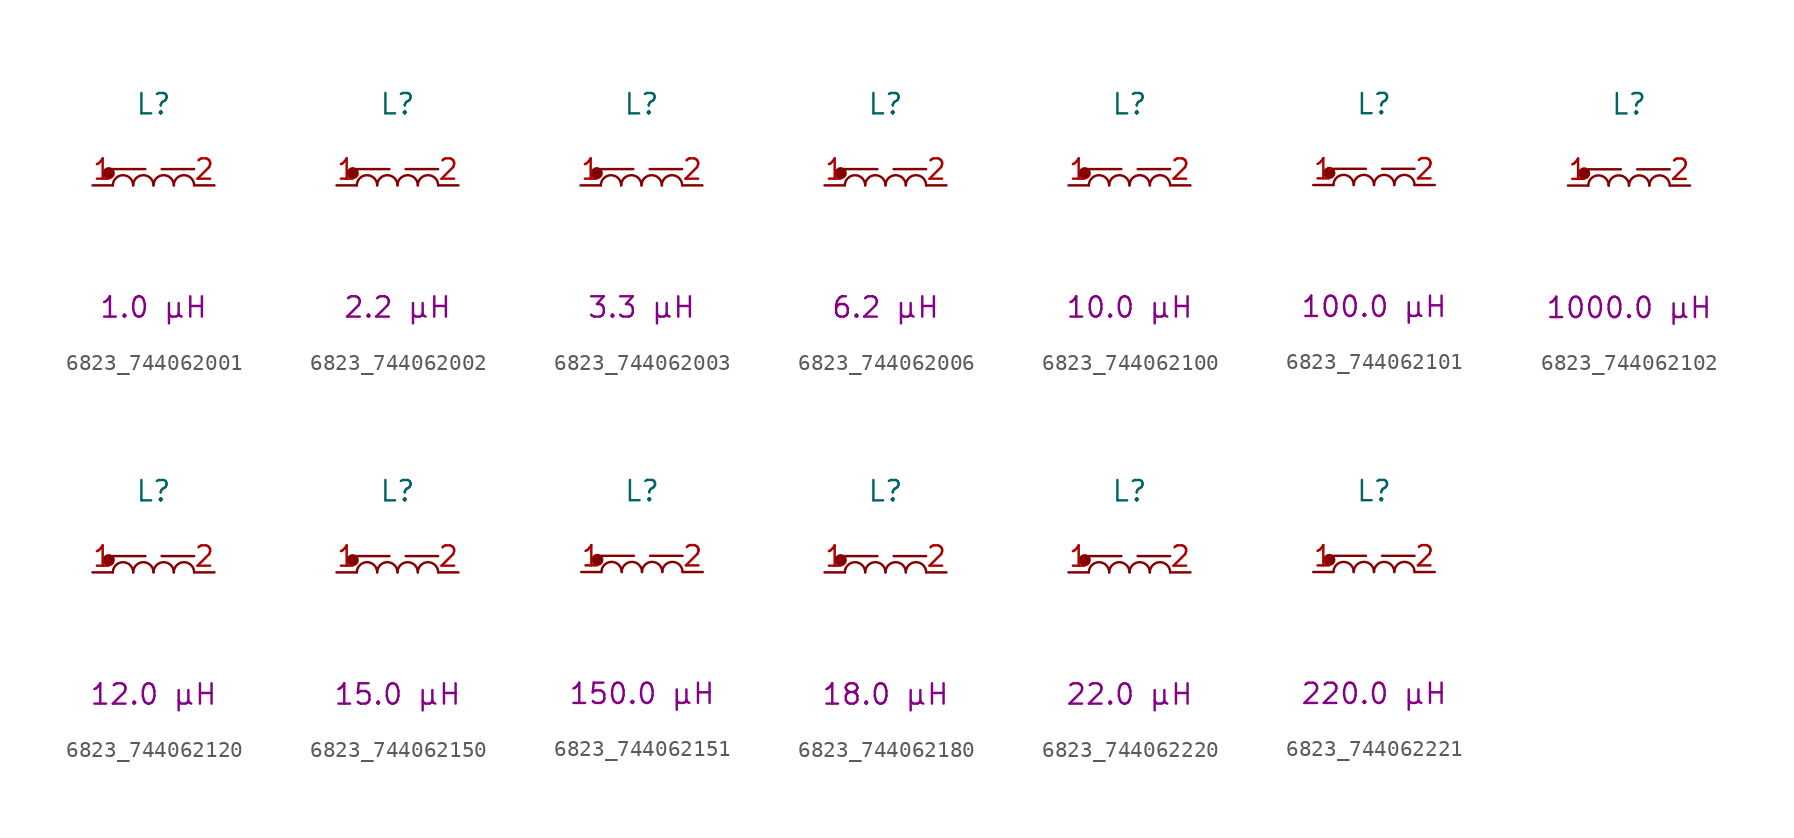
<source format=kicad_sym>
(kicad_symbol_lib
  (version 20220914)
  (generator kicad_symbol_editor)
  (symbol "6823_744062001"
    (pin_names hide)
    (property "Reference" "L"
      (at 0 5.08 0)
      (effects (font (size 1.27 1.27))))
    (property "Critical Parameter" "1.0 µH"
      (at 0 -7.62 0)
      (effects (font (size 1.27 1.27))))
    (symbol "6823_744062001_0_1"
      (arc (start -1.27 0) (mid -1.905 0.6323) (end -2.54 0) (stroke (width 0) (type default)) (fill (type none)))
      (arc (start 0 0) (mid -0.635 0.6323) (end -1.27 0) (stroke (width 0) (type default)) (fill (type none)))
      (polyline (pts (xy -2.54 1.016) (xy -0.508 1.016)) (stroke (width 0) (type default)) (fill (type none)))
      (arc (start 1.27 0) (mid 0.635 0.6323) (end 0 0) (stroke (width 0) (type default)) (fill (type none)))
      (arc (start 2.54 0) (mid 1.905 0.6323) (end 1.27 0) (stroke (width 0) (type default)) (fill (type none))))
    (symbol "6823_744062001_1_1"
      (circle (center -2.794 0.762) (radius 0.0001) (stroke (width 0.381) (type default)) (fill (type none)))
      (polyline (pts (xy 2.54 1.016) (xy 0.508 1.016)) (stroke (width 0) (type default)) (fill (type none)))
      (pin passive line (at -3.81 0 0) (length 1.27) (name "1" (effects (font (size 1.27 1.27)))) (number "1" (effects (font (size 1.27 1.27)))))
      (pin passive line (at 3.81 0 180) (length 1.27) (name "2" (effects (font (size 1.27 1.27)))) (number "2" (effects (font (size 1.27 1.27)))))))
  (symbol "6823_744062002"
    (pin_names hide)
    (property "Reference" "L"
      (at 0 5.08 0)
      (effects (font (size 1.27 1.27))))
    (property "Critical Parameter" "2.2 µH"
      (at 0 -7.62 0)
      (effects (font (size 1.27 1.27))))
    (symbol "6823_744062002_0_1"
      (arc (start -1.27 0) (mid -1.905 0.6323) (end -2.54 0) (stroke (width 0) (type default)) (fill (type none)))
      (arc (start 0 0) (mid -0.635 0.6323) (end -1.27 0) (stroke (width 0) (type default)) (fill (type none)))
      (polyline (pts (xy -2.54 1.016) (xy -0.508 1.016)) (stroke (width 0) (type default)) (fill (type none)))
      (arc (start 1.27 0) (mid 0.635 0.6323) (end 0 0) (stroke (width 0) (type default)) (fill (type none)))
      (arc (start 2.54 0) (mid 1.905 0.6323) (end 1.27 0) (stroke (width 0) (type default)) (fill (type none))))
    (symbol "6823_744062002_1_1"
      (circle (center -2.794 0.762) (radius 0.0001) (stroke (width 0.381) (type default)) (fill (type none)))
      (polyline (pts (xy 2.54 1.016) (xy 0.508 1.016)) (stroke (width 0) (type default)) (fill (type none)))
      (pin passive line (at -3.81 0 0) (length 1.27) (name "1" (effects (font (size 1.27 1.27)))) (number "1" (effects (font (size 1.27 1.27)))))
      (pin passive line (at 3.81 0 180) (length 1.27) (name "2" (effects (font (size 1.27 1.27)))) (number "2" (effects (font (size 1.27 1.27)))))))
  (symbol "6823_744062003"
    (pin_names hide)
    (property "Reference" "L"
      (at 0 5.08 0)
      (effects (font (size 1.27 1.27))))
    (property "Critical Parameter" "3.3 µH"
      (at 0 -7.62 0)
      (effects (font (size 1.27 1.27))))
    (symbol "6823_744062003_0_1"
      (arc (start -1.27 0) (mid -1.905 0.6323) (end -2.54 0) (stroke (width 0) (type default)) (fill (type none)))
      (arc (start 0 0) (mid -0.635 0.6323) (end -1.27 0) (stroke (width 0) (type default)) (fill (type none)))
      (polyline (pts (xy -2.54 1.016) (xy -0.508 1.016)) (stroke (width 0) (type default)) (fill (type none)))
      (arc (start 1.27 0) (mid 0.635 0.6323) (end 0 0) (stroke (width 0) (type default)) (fill (type none)))
      (arc (start 2.54 0) (mid 1.905 0.6323) (end 1.27 0) (stroke (width 0) (type default)) (fill (type none))))
    (symbol "6823_744062003_1_1"
      (circle (center -2.794 0.762) (radius 0.0001) (stroke (width 0.381) (type default)) (fill (type none)))
      (polyline (pts (xy 2.54 1.016) (xy 0.508 1.016)) (stroke (width 0) (type default)) (fill (type none)))
      (pin passive line (at -3.81 0 0) (length 1.27) (name "1" (effects (font (size 1.27 1.27)))) (number "1" (effects (font (size 1.27 1.27)))))
      (pin passive line (at 3.81 0 180) (length 1.27) (name "2" (effects (font (size 1.27 1.27)))) (number "2" (effects (font (size 1.27 1.27)))))))
  (symbol "6823_744062006"
    (pin_names hide)
    (property "Reference" "L"
      (at 0 5.08 0)
      (effects (font (size 1.27 1.27))))
    (property "Critical Parameter" "6.2 µH"
      (at 0 -7.62 0)
      (effects (font (size 1.27 1.27))))
    (symbol "6823_744062006_0_1"
      (arc (start -1.27 0) (mid -1.905 0.6323) (end -2.54 0) (stroke (width 0) (type default)) (fill (type none)))
      (arc (start 0 0) (mid -0.635 0.6323) (end -1.27 0) (stroke (width 0) (type default)) (fill (type none)))
      (polyline (pts (xy -2.54 1.016) (xy -0.508 1.016)) (stroke (width 0) (type default)) (fill (type none)))
      (arc (start 1.27 0) (mid 0.635 0.6323) (end 0 0) (stroke (width 0) (type default)) (fill (type none)))
      (arc (start 2.54 0) (mid 1.905 0.6323) (end 1.27 0) (stroke (width 0) (type default)) (fill (type none))))
    (symbol "6823_744062006_1_1"
      (circle (center -2.794 0.762) (radius 0.0001) (stroke (width 0.381) (type default)) (fill (type none)))
      (polyline (pts (xy 2.54 1.016) (xy 0.508 1.016)) (stroke (width 0) (type default)) (fill (type none)))
      (pin passive line (at -3.81 0 0) (length 1.27) (name "1" (effects (font (size 1.27 1.27)))) (number "1" (effects (font (size 1.27 1.27)))))
      (pin passive line (at 3.81 0 180) (length 1.27) (name "2" (effects (font (size 1.27 1.27)))) (number "2" (effects (font (size 1.27 1.27)))))))
  (symbol "6823_744062100"
    (pin_names hide)
    (property "Reference" "L"
      (at 0 5.08 0)
      (effects (font (size 1.27 1.27))))
    (property "Critical Parameter" "10.0 µH"
      (at 0 -7.62 0)
      (effects (font (size 1.27 1.27))))
    (symbol "6823_744062100_0_1"
      (arc (start -1.27 0) (mid -1.905 0.6323) (end -2.54 0) (stroke (width 0) (type default)) (fill (type none)))
      (arc (start 0 0) (mid -0.635 0.6323) (end -1.27 0) (stroke (width 0) (type default)) (fill (type none)))
      (polyline (pts (xy -2.54 1.016) (xy -0.508 1.016)) (stroke (width 0) (type default)) (fill (type none)))
      (arc (start 1.27 0) (mid 0.635 0.6323) (end 0 0) (stroke (width 0) (type default)) (fill (type none)))
      (arc (start 2.54 0) (mid 1.905 0.6323) (end 1.27 0) (stroke (width 0) (type default)) (fill (type none))))
    (symbol "6823_744062100_1_1"
      (circle (center -2.794 0.762) (radius 0.0001) (stroke (width 0.381) (type default)) (fill (type none)))
      (polyline (pts (xy 2.54 1.016) (xy 0.508 1.016)) (stroke (width 0) (type default)) (fill (type none)))
      (pin passive line (at -3.81 0 0) (length 1.27) (name "1" (effects (font (size 1.27 1.27)))) (number "1" (effects (font (size 1.27 1.27)))))
      (pin passive line (at 3.81 0 180) (length 1.27) (name "2" (effects (font (size 1.27 1.27)))) (number "2" (effects (font (size 1.27 1.27)))))))
  (symbol "6823_744062101"
    (pin_names hide)
    (property "Reference" "L"
      (at 0 5.08 0)
      (effects (font (size 1.27 1.27))))
    (property "Critical Parameter" "100.0 µH"
      (at 0 -7.62 0)
      (effects (font (size 1.27 1.27))))
    (symbol "6823_744062101_0_1"
      (arc (start -1.27 0) (mid -1.905 0.6323) (end -2.54 0) (stroke (width 0) (type default)) (fill (type none)))
      (arc (start 0 0) (mid -0.635 0.6323) (end -1.27 0) (stroke (width 0) (type default)) (fill (type none)))
      (polyline (pts (xy -2.54 1.016) (xy -0.508 1.016)) (stroke (width 0) (type default)) (fill (type none)))
      (arc (start 1.27 0) (mid 0.635 0.6323) (end 0 0) (stroke (width 0) (type default)) (fill (type none)))
      (arc (start 2.54 0) (mid 1.905 0.6323) (end 1.27 0) (stroke (width 0) (type default)) (fill (type none))))
    (symbol "6823_744062101_1_1"
      (circle (center -2.794 0.762) (radius 0.0001) (stroke (width 0.381) (type default)) (fill (type none)))
      (polyline (pts (xy 2.54 1.016) (xy 0.508 1.016)) (stroke (width 0) (type default)) (fill (type none)))
      (pin passive line (at -3.81 0 0) (length 1.27) (name "1" (effects (font (size 1.27 1.27)))) (number "1" (effects (font (size 1.27 1.27)))))
      (pin passive line (at 3.81 0 180) (length 1.27) (name "2" (effects (font (size 1.27 1.27)))) (number "2" (effects (font (size 1.27 1.27)))))))
  (symbol "6823_744062102"
    (pin_names hide)
    (property "Reference" "L"
      (at 0 5.08 0)
      (effects (font (size 1.27 1.27))))
    (property "Critical Parameter" "1000.0 µH"
      (at 0 -7.62 0)
      (effects (font (size 1.27 1.27))))
    (symbol "6823_744062102_0_1"
      (arc (start -1.27 0) (mid -1.905 0.6323) (end -2.54 0) (stroke (width 0) (type default)) (fill (type none)))
      (arc (start 0 0) (mid -0.635 0.6323) (end -1.27 0) (stroke (width 0) (type default)) (fill (type none)))
      (polyline (pts (xy -2.54 1.016) (xy -0.508 1.016)) (stroke (width 0) (type default)) (fill (type none)))
      (arc (start 1.27 0) (mid 0.635 0.6323) (end 0 0) (stroke (width 0) (type default)) (fill (type none)))
      (arc (start 2.54 0) (mid 1.905 0.6323) (end 1.27 0) (stroke (width 0) (type default)) (fill (type none))))
    (symbol "6823_744062102_1_1"
      (circle (center -2.794 0.762) (radius 0.0001) (stroke (width 0.381) (type default)) (fill (type none)))
      (polyline (pts (xy 2.54 1.016) (xy 0.508 1.016)) (stroke (width 0) (type default)) (fill (type none)))
      (pin passive line (at -3.81 0 0) (length 1.27) (name "1" (effects (font (size 1.27 1.27)))) (number "1" (effects (font (size 1.27 1.27)))))
      (pin passive line (at 3.81 0 180) (length 1.27) (name "2" (effects (font (size 1.27 1.27)))) (number "2" (effects (font (size 1.27 1.27)))))))
  (symbol "6823_744062120"
    (pin_names hide)
    (property "Reference" "L"
      (at 0 5.08 0)
      (effects (font (size 1.27 1.27))))
    (property "Critical Parameter" "12.0 µH"
      (at 0 -7.62 0)
      (effects (font (size 1.27 1.27))))
    (symbol "6823_744062120_0_1"
      (arc (start -1.27 0) (mid -1.905 0.6323) (end -2.54 0) (stroke (width 0) (type default)) (fill (type none)))
      (arc (start 0 0) (mid -0.635 0.6323) (end -1.27 0) (stroke (width 0) (type default)) (fill (type none)))
      (polyline (pts (xy -2.54 1.016) (xy -0.508 1.016)) (stroke (width 0) (type default)) (fill (type none)))
      (arc (start 1.27 0) (mid 0.635 0.6323) (end 0 0) (stroke (width 0) (type default)) (fill (type none)))
      (arc (start 2.54 0) (mid 1.905 0.6323) (end 1.27 0) (stroke (width 0) (type default)) (fill (type none))))
    (symbol "6823_744062120_1_1"
      (circle (center -2.794 0.762) (radius 0.0001) (stroke (width 0.381) (type default)) (fill (type none)))
      (polyline (pts (xy 2.54 1.016) (xy 0.508 1.016)) (stroke (width 0) (type default)) (fill (type none)))
      (pin passive line (at -3.81 0 0) (length 1.27) (name "1" (effects (font (size 1.27 1.27)))) (number "1" (effects (font (size 1.27 1.27)))))
      (pin passive line (at 3.81 0 180) (length 1.27) (name "2" (effects (font (size 1.27 1.27)))) (number "2" (effects (font (size 1.27 1.27)))))))
  (symbol "6823_744062150"
    (pin_names hide)
    (property "Reference" "L"
      (at 0 5.08 0)
      (effects (font (size 1.27 1.27))))
    (property "Critical Parameter" "15.0 µH"
      (at 0 -7.62 0)
      (effects (font (size 1.27 1.27))))
    (symbol "6823_744062150_0_1"
      (arc (start -1.27 0) (mid -1.905 0.6323) (end -2.54 0) (stroke (width 0) (type default)) (fill (type none)))
      (arc (start 0 0) (mid -0.635 0.6323) (end -1.27 0) (stroke (width 0) (type default)) (fill (type none)))
      (polyline (pts (xy -2.54 1.016) (xy -0.508 1.016)) (stroke (width 0) (type default)) (fill (type none)))
      (arc (start 1.27 0) (mid 0.635 0.6323) (end 0 0) (stroke (width 0) (type default)) (fill (type none)))
      (arc (start 2.54 0) (mid 1.905 0.6323) (end 1.27 0) (stroke (width 0) (type default)) (fill (type none))))
    (symbol "6823_744062150_1_1"
      (circle (center -2.794 0.762) (radius 0.0001) (stroke (width 0.381) (type default)) (fill (type none)))
      (polyline (pts (xy 2.54 1.016) (xy 0.508 1.016)) (stroke (width 0) (type default)) (fill (type none)))
      (pin passive line (at -3.81 0 0) (length 1.27) (name "1" (effects (font (size 1.27 1.27)))) (number "1" (effects (font (size 1.27 1.27)))))
      (pin passive line (at 3.81 0 180) (length 1.27) (name "2" (effects (font (size 1.27 1.27)))) (number "2" (effects (font (size 1.27 1.27)))))))
  (symbol "6823_744062151"
    (pin_names hide)
    (property "Reference" "L"
      (at 0 5.08 0)
      (effects (font (size 1.27 1.27))))
    (property "Critical Parameter" "150.0 µH"
      (at 0 -7.62 0)
      (effects (font (size 1.27 1.27))))
    (symbol "6823_744062151_0_1"
      (arc (start -1.27 0) (mid -1.905 0.6323) (end -2.54 0) (stroke (width 0) (type default)) (fill (type none)))
      (arc (start 0 0) (mid -0.635 0.6323) (end -1.27 0) (stroke (width 0) (type default)) (fill (type none)))
      (polyline (pts (xy -2.54 1.016) (xy -0.508 1.016)) (stroke (width 0) (type default)) (fill (type none)))
      (arc (start 1.27 0) (mid 0.635 0.6323) (end 0 0) (stroke (width 0) (type default)) (fill (type none)))
      (arc (start 2.54 0) (mid 1.905 0.6323) (end 1.27 0) (stroke (width 0) (type default)) (fill (type none))))
    (symbol "6823_744062151_1_1"
      (circle (center -2.794 0.762) (radius 0.0001) (stroke (width 0.381) (type default)) (fill (type none)))
      (polyline (pts (xy 2.54 1.016) (xy 0.508 1.016)) (stroke (width 0) (type default)) (fill (type none)))
      (pin passive line (at -3.81 0 0) (length 1.27) (name "1" (effects (font (size 1.27 1.27)))) (number "1" (effects (font (size 1.27 1.27)))))
      (pin passive line (at 3.81 0 180) (length 1.27) (name "2" (effects (font (size 1.27 1.27)))) (number "2" (effects (font (size 1.27 1.27)))))))
  (symbol "6823_744062180"
    (pin_names hide)
    (property "Reference" "L"
      (at 0 5.08 0)
      (effects (font (size 1.27 1.27))))
    (property "Critical Parameter" "18.0 µH"
      (at 0 -7.62 0)
      (effects (font (size 1.27 1.27))))
    (symbol "6823_744062180_0_1"
      (arc (start -1.27 0) (mid -1.905 0.6323) (end -2.54 0) (stroke (width 0) (type default)) (fill (type none)))
      (arc (start 0 0) (mid -0.635 0.6323) (end -1.27 0) (stroke (width 0) (type default)) (fill (type none)))
      (polyline (pts (xy -2.54 1.016) (xy -0.508 1.016)) (stroke (width 0) (type default)) (fill (type none)))
      (arc (start 1.27 0) (mid 0.635 0.6323) (end 0 0) (stroke (width 0) (type default)) (fill (type none)))
      (arc (start 2.54 0) (mid 1.905 0.6323) (end 1.27 0) (stroke (width 0) (type default)) (fill (type none))))
    (symbol "6823_744062180_1_1"
      (circle (center -2.794 0.762) (radius 0.0001) (stroke (width 0.381) (type default)) (fill (type none)))
      (polyline (pts (xy 2.54 1.016) (xy 0.508 1.016)) (stroke (width 0) (type default)) (fill (type none)))
      (pin passive line (at -3.81 0 0) (length 1.27) (name "1" (effects (font (size 1.27 1.27)))) (number "1" (effects (font (size 1.27 1.27)))))
      (pin passive line (at 3.81 0 180) (length 1.27) (name "2" (effects (font (size 1.27 1.27)))) (number "2" (effects (font (size 1.27 1.27)))))))
  (symbol "6823_744062220"
    (pin_names hide)
    (property "Reference" "L"
      (at 0 5.08 0)
      (effects (font (size 1.27 1.27))))
    (property "Critical Parameter" "22.0 µH"
      (at 0 -7.62 0)
      (effects (font (size 1.27 1.27))))
    (symbol "6823_744062220_0_1"
      (arc (start -1.27 0) (mid -1.905 0.6323) (end -2.54 0) (stroke (width 0) (type default)) (fill (type none)))
      (arc (start 0 0) (mid -0.635 0.6323) (end -1.27 0) (stroke (width 0) (type default)) (fill (type none)))
      (polyline (pts (xy -2.54 1.016) (xy -0.508 1.016)) (stroke (width 0) (type default)) (fill (type none)))
      (arc (start 1.27 0) (mid 0.635 0.6323) (end 0 0) (stroke (width 0) (type default)) (fill (type none)))
      (arc (start 2.54 0) (mid 1.905 0.6323) (end 1.27 0) (stroke (width 0) (type default)) (fill (type none))))
    (symbol "6823_744062220_1_1"
      (circle (center -2.794 0.762) (radius 0.0001) (stroke (width 0.381) (type default)) (fill (type none)))
      (polyline (pts (xy 2.54 1.016) (xy 0.508 1.016)) (stroke (width 0) (type default)) (fill (type none)))
      (pin passive line (at -3.81 0 0) (length 1.27) (name "1" (effects (font (size 1.27 1.27)))) (number "1" (effects (font (size 1.27 1.27)))))
      (pin passive line (at 3.81 0 180) (length 1.27) (name "2" (effects (font (size 1.27 1.27)))) (number "2" (effects (font (size 1.27 1.27)))))))
  (symbol "6823_744062221"
    (pin_names hide)
    (property "Reference" "L"
      (at 0 5.08 0)
      (effects (font (size 1.27 1.27))))
    (property "Critical Parameter" "220.0 µH"
      (at 0 -7.62 0)
      (effects (font (size 1.27 1.27))))
    (symbol "6823_744062221_0_1"
      (arc (start -1.27 0) (mid -1.905 0.6323) (end -2.54 0) (stroke (width 0) (type default)) (fill (type none)))
      (arc (start 0 0) (mid -0.635 0.6323) (end -1.27 0) (stroke (width 0) (type default)) (fill (type none)))
      (polyline (pts (xy -2.54 1.016) (xy -0.508 1.016)) (stroke (width 0) (type default)) (fill (type none)))
      (arc (start 1.27 0) (mid 0.635 0.6323) (end 0 0) (stroke (width 0) (type default)) (fill (type none)))
      (arc (start 2.54 0) (mid 1.905 0.6323) (end 1.27 0) (stroke (width 0) (type default)) (fill (type none))))
    (symbol "6823_744062221_1_1"
      (circle (center -2.794 0.762) (radius 0.0001) (stroke (width 0.381) (type default)) (fill (type none)))
      (polyline (pts (xy 2.54 1.016) (xy 0.508 1.016)) (stroke (width 0) (type default)) (fill (type none)))
      (pin passive line (at -3.81 0 0) (length 1.27) (name "1" (effects (font (size 1.27 1.27)))) (number "1" (effects (font (size 1.27 1.27)))))
      (pin passive line (at 3.81 0 180) (length 1.27) (name "2" (effects (font (size 1.27 1.27)))) (number "2" (effects (font (size 1.27 1.27))))))))
</source>
